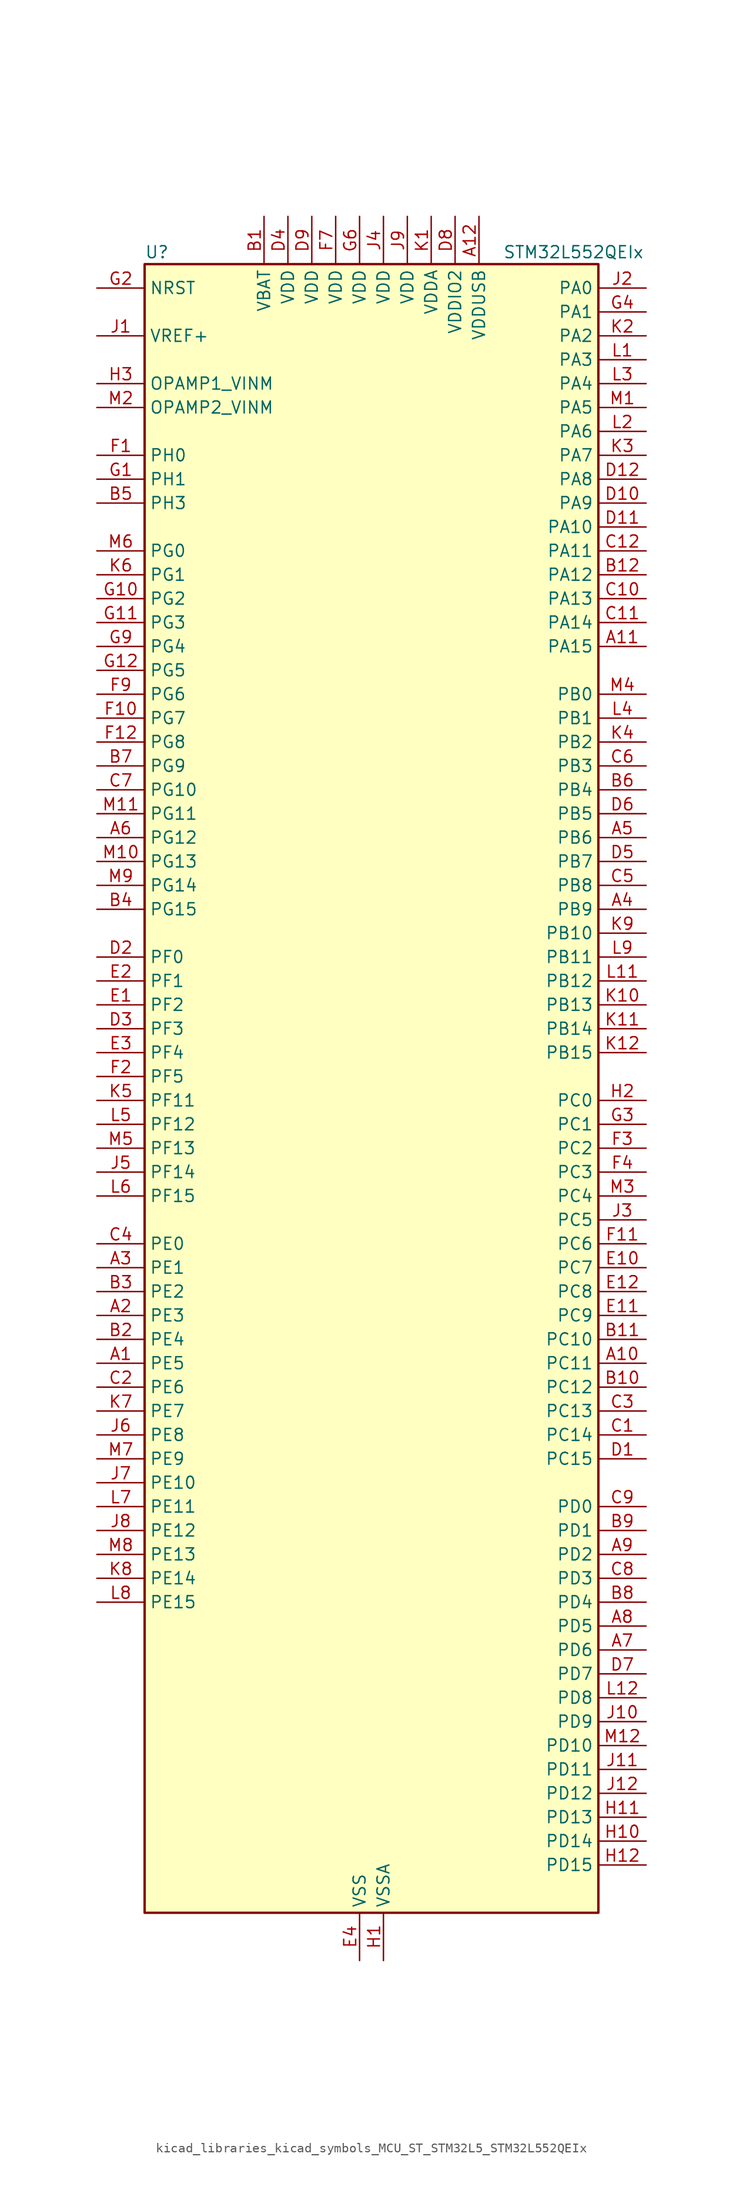
<source format=kicad_sym>
(kicad_symbol_lib
  (version 20220914)
  (generator kicad_symbol_editor)
  (symbol "kicad_libraries_kicad_symbols_MCU_ST_STM32L5_STM32L552QEIx"
    (property "Reference" "U"
      (at -22.86 90.17 0)
      (effects (font (size 1.27 1.27)) (justify left)))
    (property "Value" "STM32L552QEIx"
      (at 15.24 90.17 0)
      (effects (font (size 1.27 1.27)) (justify left)))
    (property "ki_locked" ""
      (at 0 0 0)
      (effects (font (size 1.27 1.27))))
    (symbol "kicad_libraries_kicad_symbols_MCU_ST_STM32L5_STM32L552QEIx_0_1"
      (rectangle (start -22.86 -86.36) (end 25.4 88.9) (stroke (width 0.254) (type default)) (fill (type background))))
    (symbol "kicad_libraries_kicad_symbols_MCU_ST_STM32L5_STM32L552QEIx_1_1"
      (pin bidirectional line (at -27.94 -27.94 0) (length 5.08) (name "PE5" (effects (font (size 1.27 1.27)))) (number "A1" (effects (font (size 1.27 1.27)))) (alternate "DEBUG_TRACED2" bidirectional line) (alternate "DFSDM1_CKIN3" bidirectional line) (alternate "FMC_A21" bidirectional line) (alternate "SAI1_CK2" bidirectional line) (alternate "SAI1_SCK_A" bidirectional line) (alternate "TIM3_CH3" bidirectional line) (alternate "TSC_G7_IO4" bidirectional line))
      (pin bidirectional line (at 30.48 -27.94 180) (length 5.08) (name "PC11" (effects (font (size 1.27 1.27)))) (number "A10" (effects (font (size 1.27 1.27)))) (alternate "ADC1_EXTI11" bidirectional line) (alternate "ADC2_EXTI11" bidirectional line) (alternate "LPTIM3_IN1" bidirectional line) (alternate "OCTOSPI1_NCS" bidirectional line) (alternate "SAI2_MCLK_B" bidirectional line) (alternate "SDMMC1_D3" bidirectional line) (alternate "SPI3_MISO" bidirectional line) (alternate "TSC_G3_IO3" bidirectional line) (alternate "UART4_RX" bidirectional line) (alternate "UCPD1_FRSTX2" bidirectional line) (alternate "USART3_RX" bidirectional line))
      (pin bidirectional line (at 30.48 48.26 180) (length 5.08) (name "PA15" (effects (font (size 1.27 1.27)))) (number "A11" (effects (font (size 1.27 1.27)))) (alternate "ADC1_EXTI15" bidirectional line) (alternate "ADC2_EXTI15" bidirectional line) (alternate "DEBUG_JTDI" bidirectional line) (alternate "SAI2_FS_B" bidirectional line) (alternate "SPI1_NSS" bidirectional line) (alternate "SPI3_NSS" bidirectional line) (alternate "TIM2_CH1" bidirectional line) (alternate "TIM2_ETR" bidirectional line) (alternate "UART4_DE" bidirectional line) (alternate "UART4_RTS" bidirectional line) (alternate "UCPD1_CC1" bidirectional line) (alternate "USART2_RX" bidirectional line) (alternate "USART3_DE" bidirectional line) (alternate "USART3_RTS" bidirectional line))
      (pin power_in line (at 12.7 93.98 270) (length 5.08) (name "VDDUSB" (effects (font (size 1.27 1.27)))) (number "A12" (effects (font (size 1.27 1.27)))))
      (pin bidirectional line (at -27.94 -22.86 0) (length 5.08) (name "PE3" (effects (font (size 1.27 1.27)))) (number "A2" (effects (font (size 1.27 1.27)))) (alternate "DEBUG_TRACED0" bidirectional line) (alternate "FMC_A19" bidirectional line) (alternate "OCTOSPI1_DQS" bidirectional line) (alternate "SAI1_SD_B" bidirectional line) (alternate "TIM3_CH1" bidirectional line) (alternate "TSC_G7_IO2" bidirectional line))
      (pin bidirectional line (at -27.94 -17.78 0) (length 5.08) (name "PE1" (effects (font (size 1.27 1.27)))) (number "A3" (effects (font (size 1.27 1.27)))) (alternate "FMC_NBL1" bidirectional line) (alternate "TIM17_CH1" bidirectional line))
      (pin bidirectional line (at 30.48 20.32 180) (length 5.08) (name "PB9" (effects (font (size 1.27 1.27)))) (number "A4" (effects (font (size 1.27 1.27)))) (alternate "DAC1_EXTI9" bidirectional line) (alternate "FDCAN1_TX" bidirectional line) (alternate "I2C1_SDA" bidirectional line) (alternate "IR_OUT" bidirectional line) (alternate "SAI1_D2" bidirectional line) (alternate "SAI1_FS_A" bidirectional line) (alternate "SDMMC1_CDIR" bidirectional line) (alternate "SDMMC1_D5" bidirectional line) (alternate "SPI2_NSS" bidirectional line) (alternate "TIM17_CH1" bidirectional line) (alternate "TIM4_CH4" bidirectional line))
      (pin bidirectional line (at 30.48 27.94 180) (length 5.08) (name "PB6" (effects (font (size 1.27 1.27)))) (number "A5" (effects (font (size 1.27 1.27)))) (alternate "COMP2_INP" bidirectional line) (alternate "I2C1_SCL" bidirectional line) (alternate "I2C4_SCL" bidirectional line) (alternate "LPTIM1_ETR" bidirectional line) (alternate "SAI1_FS_B" bidirectional line) (alternate "TIM16_CH1N" bidirectional line) (alternate "TIM4_CH1" bidirectional line) (alternate "TIM8_BKIN2" bidirectional line) (alternate "TSC_G2_IO3" bidirectional line) (alternate "USART1_TX" bidirectional line))
      (pin bidirectional line (at -27.94 27.94 0) (length 5.08) (name "PG12" (effects (font (size 1.27 1.27)))) (number "A6" (effects (font (size 1.27 1.27)))) (alternate "FMC_NE4" bidirectional line) (alternate "LPTIM1_ETR" bidirectional line) (alternate "SAI2_SD_A" bidirectional line) (alternate "SPI3_NSS" bidirectional line) (alternate "USART1_DE" bidirectional line) (alternate "USART1_RTS" bidirectional line))
      (pin bidirectional line (at 30.48 -58.42 180) (length 5.08) (name "PD6" (effects (font (size 1.27 1.27)))) (number "A7" (effects (font (size 1.27 1.27)))) (alternate "DFSDM1_DATIN1" bidirectional line) (alternate "FMC_NWAIT" bidirectional line) (alternate "OCTOSPI1_IO6" bidirectional line) (alternate "SAI1_D1" bidirectional line) (alternate "SAI1_SD_A" bidirectional line) (alternate "SPI3_MOSI" bidirectional line) (alternate "USART2_RX" bidirectional line))
      (pin bidirectional line (at 30.48 -55.88 180) (length 5.08) (name "PD5" (effects (font (size 1.27 1.27)))) (number "A8" (effects (font (size 1.27 1.27)))) (alternate "FMC_NWE" bidirectional line) (alternate "OCTOSPI1_IO5" bidirectional line) (alternate "USART2_TX" bidirectional line))
      (pin bidirectional line (at 30.48 -48.26 180) (length 5.08) (name "PD2" (effects (font (size 1.27 1.27)))) (number "A9" (effects (font (size 1.27 1.27)))) (alternate "DEBUG_TRACED2" bidirectional line) (alternate "SDMMC1_CMD" bidirectional line) (alternate "TIM3_ETR" bidirectional line) (alternate "TSC_SYNC" bidirectional line) (alternate "UART5_RX" bidirectional line) (alternate "USART3_DE" bidirectional line) (alternate "USART3_RTS" bidirectional line))
      (pin power_in line (at -10.16 93.98 270) (length 5.08) (name "VBAT" (effects (font (size 1.27 1.27)))) (number "B1" (effects (font (size 1.27 1.27)))))
      (pin bidirectional line (at 30.48 -30.48 180) (length 5.08) (name "PC12" (effects (font (size 1.27 1.27)))) (number "B10" (effects (font (size 1.27 1.27)))) (alternate "DEBUG_TRACED3" bidirectional line) (alternate "SAI2_SD_B" bidirectional line) (alternate "SDMMC1_CK" bidirectional line) (alternate "SPI3_MOSI" bidirectional line) (alternate "TSC_G3_IO4" bidirectional line) (alternate "UART5_TX" bidirectional line) (alternate "USART3_CK" bidirectional line))
      (pin bidirectional line (at 30.48 -25.4 180) (length 5.08) (name "PC10" (effects (font (size 1.27 1.27)))) (number "B11" (effects (font (size 1.27 1.27)))) (alternate "DEBUG_TRACED1" bidirectional line) (alternate "LPTIM3_ETR" bidirectional line) (alternate "SAI2_SCK_B" bidirectional line) (alternate "SDMMC1_D2" bidirectional line) (alternate "SPI3_SCK" bidirectional line) (alternate "TSC_G3_IO2" bidirectional line) (alternate "UART4_TX" bidirectional line) (alternate "USART3_TX" bidirectional line))
      (pin bidirectional line (at 30.48 55.88 180) (length 5.08) (name "PA12" (effects (font (size 1.27 1.27)))) (number "B12" (effects (font (size 1.27 1.27)))) (alternate "FDCAN1_TX" bidirectional line) (alternate "SPI1_MOSI" bidirectional line) (alternate "TIM1_ETR" bidirectional line) (alternate "USART1_DE" bidirectional line) (alternate "USART1_RTS" bidirectional line) (alternate "USB_DP" bidirectional line))
      (pin bidirectional line (at -27.94 -25.4 0) (length 5.08) (name "PE4" (effects (font (size 1.27 1.27)))) (number "B2" (effects (font (size 1.27 1.27)))) (alternate "DEBUG_TRACED1" bidirectional line) (alternate "DFSDM1_DATIN3" bidirectional line) (alternate "FMC_A20" bidirectional line) (alternate "SAI1_D2" bidirectional line) (alternate "SAI1_FS_A" bidirectional line) (alternate "TIM3_CH2" bidirectional line) (alternate "TSC_G7_IO3" bidirectional line))
      (pin bidirectional line (at -27.94 -20.32 0) (length 5.08) (name "PE2" (effects (font (size 1.27 1.27)))) (number "B3" (effects (font (size 1.27 1.27)))) (alternate "DEBUG_TRACECLK" bidirectional line) (alternate "FMC_A23" bidirectional line) (alternate "SAI1_CK1" bidirectional line) (alternate "SAI1_MCLK_A" bidirectional line) (alternate "TIM3_ETR" bidirectional line) (alternate "TSC_G7_IO1" bidirectional line))
      (pin bidirectional line (at -27.94 20.32 0) (length 5.08) (name "PG15" (effects (font (size 1.27 1.27)))) (number "B4" (effects (font (size 1.27 1.27)))) (alternate "ADC1_EXTI15" bidirectional line) (alternate "ADC2_EXTI15" bidirectional line) (alternate "I2C1_SMBA" bidirectional line) (alternate "LPTIM1_OUT" bidirectional line))
      (pin bidirectional line (at -27.94 63.5 0) (length 5.08) (name "PH3" (effects (font (size 1.27 1.27)))) (number "B5" (effects (font (size 1.27 1.27)))))
      (pin bidirectional line (at 30.48 33.02 180) (length 5.08) (name "PB4" (effects (font (size 1.27 1.27)))) (number "B6" (effects (font (size 1.27 1.27)))) (alternate "COMP2_INP" bidirectional line) (alternate "DEBUG_JTRST" bidirectional line) (alternate "I2C3_SDA" bidirectional line) (alternate "SAI1_MCLK_B" bidirectional line) (alternate "SPI1_MISO" bidirectional line) (alternate "SPI3_MISO" bidirectional line) (alternate "TIM17_BKIN" bidirectional line) (alternate "TIM3_CH1" bidirectional line) (alternate "TSC_G2_IO1" bidirectional line) (alternate "UART5_DE" bidirectional line) (alternate "UART5_RTS" bidirectional line) (alternate "USART1_CTS" bidirectional line) (alternate "USART1_NSS" bidirectional line))
      (pin bidirectional line (at -27.94 35.56 0) (length 5.08) (name "PG9" (effects (font (size 1.27 1.27)))) (number "B7" (effects (font (size 1.27 1.27)))) (alternate "DAC1_EXTI9" bidirectional line) (alternate "FMC_NCE" bidirectional line) (alternate "FMC_NE2" bidirectional line) (alternate "SAI2_SCK_A" bidirectional line) (alternate "SPI3_SCK" bidirectional line) (alternate "TIM15_CH1N" bidirectional line) (alternate "USART1_TX" bidirectional line))
      (pin bidirectional line (at 30.48 -53.34 180) (length 5.08) (name "PD4" (effects (font (size 1.27 1.27)))) (number "B8" (effects (font (size 1.27 1.27)))) (alternate "DFSDM1_CKIN0" bidirectional line) (alternate "FMC_NOE" bidirectional line) (alternate "OCTOSPI1_IO4" bidirectional line) (alternate "SPI2_MOSI" bidirectional line) (alternate "USART2_DE" bidirectional line) (alternate "USART2_RTS" bidirectional line))
      (pin bidirectional line (at 30.48 -45.72 180) (length 5.08) (name "PD1" (effects (font (size 1.27 1.27)))) (number "B9" (effects (font (size 1.27 1.27)))) (alternate "FDCAN1_TX" bidirectional line) (alternate "FMC_D3" bidirectional line) (alternate "FMC_DA3" bidirectional line) (alternate "SPI2_SCK" bidirectional line))
      (pin bidirectional line (at 30.48 -35.56 180) (length 5.08) (name "PC14" (effects (font (size 1.27 1.27)))) (number "C1" (effects (font (size 1.27 1.27)))) (alternate "RCC_OSC32_IN" bidirectional line))
      (pin bidirectional line (at 30.48 53.34 180) (length 5.08) (name "PA13" (effects (font (size 1.27 1.27)))) (number "C10" (effects (font (size 1.27 1.27)))) (alternate "DEBUG_JTMS-SWDIO" bidirectional line) (alternate "IR_OUT" bidirectional line) (alternate "SAI1_SD_B" bidirectional line) (alternate "USB_NOE" bidirectional line))
      (pin bidirectional line (at 30.48 50.8 180) (length 5.08) (name "PA14" (effects (font (size 1.27 1.27)))) (number "C11" (effects (font (size 1.27 1.27)))) (alternate "DEBUG_JTCK-SWCLK" bidirectional line) (alternate "I2C1_SMBA" bidirectional line) (alternate "I2C4_SMBA" bidirectional line) (alternate "LPTIM1_OUT" bidirectional line) (alternate "SAI1_FS_B" bidirectional line))
      (pin bidirectional line (at 30.48 58.42 180) (length 5.08) (name "PA11" (effects (font (size 1.27 1.27)))) (number "C12" (effects (font (size 1.27 1.27)))) (alternate "ADC1_EXTI11" bidirectional line) (alternate "ADC2_EXTI11" bidirectional line) (alternate "FDCAN1_RX" bidirectional line) (alternate "SPI1_MISO" bidirectional line) (alternate "TIM1_BKIN2" bidirectional line) (alternate "TIM1_CH4" bidirectional line) (alternate "USART1_CTS" bidirectional line) (alternate "USART1_NSS" bidirectional line) (alternate "USB_DM" bidirectional line))
      (pin bidirectional line (at -27.94 -30.48 0) (length 5.08) (name "PE6" (effects (font (size 1.27 1.27)))) (number "C2" (effects (font (size 1.27 1.27)))) (alternate "DEBUG_TRACED3" bidirectional line) (alternate "FMC_A22" bidirectional line) (alternate "PWR_WKUP3" bidirectional line) (alternate "SAI1_D1" bidirectional line) (alternate "SAI1_SD_A" bidirectional line) (alternate "TAMP_IN3" bidirectional line) (alternate "TAMP_OUT6" bidirectional line) (alternate "TIM3_CH4" bidirectional line))
      (pin bidirectional line (at 30.48 -33.02 180) (length 5.08) (name "PC13" (effects (font (size 1.27 1.27)))) (number "C3" (effects (font (size 1.27 1.27)))) (alternate "PWR_WKUP2" bidirectional line) (alternate "RTC_OUT1" bidirectional line) (alternate "RTC_TS" bidirectional line) (alternate "TAMP_IN1" bidirectional line) (alternate "TAMP_OUT2" bidirectional line))
      (pin bidirectional line (at -27.94 -15.24 0) (length 5.08) (name "PE0" (effects (font (size 1.27 1.27)))) (number "C4" (effects (font (size 1.27 1.27)))) (alternate "FMC_NBL0" bidirectional line) (alternate "TIM16_CH1" bidirectional line) (alternate "TIM4_ETR" bidirectional line))
      (pin bidirectional line (at 30.48 22.86 180) (length 5.08) (name "PB8" (effects (font (size 1.27 1.27)))) (number "C5" (effects (font (size 1.27 1.27)))) (alternate "DFSDM1_CKOUT" bidirectional line) (alternate "FDCAN1_RX" bidirectional line) (alternate "I2C1_SCL" bidirectional line) (alternate "SAI1_CK1" bidirectional line) (alternate "SAI1_MCLK_A" bidirectional line) (alternate "SDMMC1_CKIN" bidirectional line) (alternate "SDMMC1_D4" bidirectional line) (alternate "TIM16_CH1" bidirectional line) (alternate "TIM4_CH3" bidirectional line))
      (pin bidirectional line (at 30.48 35.56 180) (length 5.08) (name "PB3" (effects (font (size 1.27 1.27)))) (number "C6" (effects (font (size 1.27 1.27)))) (alternate "COMP2_INM" bidirectional line) (alternate "CRS_SYNC" bidirectional line) (alternate "DEBUG_JTDO-SWO" bidirectional line) (alternate "SAI1_SCK_B" bidirectional line) (alternate "SPI1_SCK" bidirectional line) (alternate "SPI3_SCK" bidirectional line) (alternate "TIM2_CH2" bidirectional line) (alternate "USART1_DE" bidirectional line) (alternate "USART1_RTS" bidirectional line))
      (pin bidirectional line (at -27.94 33.02 0) (length 5.08) (name "PG10" (effects (font (size 1.27 1.27)))) (number "C7" (effects (font (size 1.27 1.27)))) (alternate "FMC_NE3" bidirectional line) (alternate "LPTIM1_IN1" bidirectional line) (alternate "SAI2_FS_A" bidirectional line) (alternate "SPI3_MISO" bidirectional line) (alternate "TIM15_CH1" bidirectional line) (alternate "USART1_RX" bidirectional line))
      (pin bidirectional line (at 30.48 -50.8 180) (length 5.08) (name "PD3" (effects (font (size 1.27 1.27)))) (number "C8" (effects (font (size 1.27 1.27)))) (alternate "DFSDM1_DATIN0" bidirectional line) (alternate "FMC_CLK" bidirectional line) (alternate "SPI2_MISO" bidirectional line) (alternate "SPI2_SCK" bidirectional line) (alternate "USART2_CTS" bidirectional line) (alternate "USART2_NSS" bidirectional line))
      (pin bidirectional line (at 30.48 -43.18 180) (length 5.08) (name "PD0" (effects (font (size 1.27 1.27)))) (number "C9" (effects (font (size 1.27 1.27)))) (alternate "FDCAN1_RX" bidirectional line) (alternate "FMC_D2" bidirectional line) (alternate "FMC_DA2" bidirectional line) (alternate "SPI2_NSS" bidirectional line))
      (pin bidirectional line (at 30.48 -38.1 180) (length 5.08) (name "PC15" (effects (font (size 1.27 1.27)))) (number "D1" (effects (font (size 1.27 1.27)))) (alternate "ADC1_EXTI15" bidirectional line) (alternate "ADC2_EXTI15" bidirectional line) (alternate "RCC_OSC32_OUT" bidirectional line))
      (pin bidirectional line (at 30.48 63.5 180) (length 5.08) (name "PA9" (effects (font (size 1.27 1.27)))) (number "D10" (effects (font (size 1.27 1.27)))) (alternate "DAC1_EXTI9" bidirectional line) (alternate "SAI1_FS_A" bidirectional line) (alternate "SPI2_SCK" bidirectional line) (alternate "TIM15_BKIN" bidirectional line) (alternate "TIM1_CH2" bidirectional line) (alternate "USART1_TX" bidirectional line))
      (pin bidirectional line (at 30.48 60.96 180) (length 5.08) (name "PA10" (effects (font (size 1.27 1.27)))) (number "D11" (effects (font (size 1.27 1.27)))) (alternate "CRS_SYNC" bidirectional line) (alternate "SAI1_D1" bidirectional line) (alternate "SAI1_SD_A" bidirectional line) (alternate "TIM17_BKIN" bidirectional line) (alternate "TIM1_CH3" bidirectional line) (alternate "USART1_RX" bidirectional line))
      (pin bidirectional line (at 30.48 66.04 180) (length 5.08) (name "PA8" (effects (font (size 1.27 1.27)))) (number "D12" (effects (font (size 1.27 1.27)))) (alternate "LPTIM2_OUT" bidirectional line) (alternate "RCC_MCO" bidirectional line) (alternate "SAI1_CK2" bidirectional line) (alternate "SAI1_SCK_A" bidirectional line) (alternate "TIM1_CH1" bidirectional line) (alternate "USART1_CK" bidirectional line))
      (pin bidirectional line (at -27.94 15.24 0) (length 5.08) (name "PF0" (effects (font (size 1.27 1.27)))) (number "D2" (effects (font (size 1.27 1.27)))) (alternate "FMC_A0" bidirectional line) (alternate "I2C2_SDA" bidirectional line))
      (pin bidirectional line (at -27.94 7.62 0) (length 5.08) (name "PF3" (effects (font (size 1.27 1.27)))) (number "D3" (effects (font (size 1.27 1.27)))) (alternate "FMC_A3" bidirectional line) (alternate "LPTIM3_IN1" bidirectional line))
      (pin power_in line (at -7.62 93.98 270) (length 5.08) (name "VDD" (effects (font (size 1.27 1.27)))) (number "D4" (effects (font (size 1.27 1.27)))))
      (pin bidirectional line (at 30.48 25.4 180) (length 5.08) (name "PB7" (effects (font (size 1.27 1.27)))) (number "D5" (effects (font (size 1.27 1.27)))) (alternate "COMP2_INM" bidirectional line) (alternate "FMC_NL" bidirectional line) (alternate "I2C1_SDA" bidirectional line) (alternate "I2C4_SDA" bidirectional line) (alternate "LPTIM1_IN2" bidirectional line) (alternate "PWR_PVD_IN" bidirectional line) (alternate "TIM17_CH1N" bidirectional line) (alternate "TIM4_CH2" bidirectional line) (alternate "TIM8_BKIN" bidirectional line) (alternate "TSC_G2_IO4" bidirectional line) (alternate "UART4_CTS" bidirectional line) (alternate "USART1_RX" bidirectional line))
      (pin bidirectional line (at 30.48 30.48 180) (length 5.08) (name "PB5" (effects (font (size 1.27 1.27)))) (number "D6" (effects (font (size 1.27 1.27)))) (alternate "COMP2_OUT" bidirectional line) (alternate "I2C1_SMBA" bidirectional line) (alternate "LPTIM1_IN1" bidirectional line) (alternate "OCTOSPI1_NCLK" bidirectional line) (alternate "SAI1_SD_B" bidirectional line) (alternate "SPI1_MOSI" bidirectional line) (alternate "SPI3_MOSI" bidirectional line) (alternate "TIM16_BKIN" bidirectional line) (alternate "TIM3_CH2" bidirectional line) (alternate "TSC_G2_IO2" bidirectional line) (alternate "UART5_CTS" bidirectional line) (alternate "UCPD1_DBCC1" bidirectional line) (alternate "USART1_CK" bidirectional line))
      (pin bidirectional line (at 30.48 -60.96 180) (length 5.08) (name "PD7" (effects (font (size 1.27 1.27)))) (number "D7" (effects (font (size 1.27 1.27)))) (alternate "DFSDM1_CKIN1" bidirectional line) (alternate "FMC_NCE" bidirectional line) (alternate "FMC_NE1" bidirectional line) (alternate "OCTOSPI1_IO7" bidirectional line) (alternate "USART2_CK" bidirectional line))
      (pin power_in line (at 10.16 93.98 270) (length 5.08) (name "VDDIO2" (effects (font (size 1.27 1.27)))) (number "D8" (effects (font (size 1.27 1.27)))))
      (pin power_in line (at -5.08 93.98 270) (length 5.08) (name "VDD" (effects (font (size 1.27 1.27)))) (number "D9" (effects (font (size 1.27 1.27)))))
      (pin bidirectional line (at -27.94 10.16 0) (length 5.08) (name "PF2" (effects (font (size 1.27 1.27)))) (number "E1" (effects (font (size 1.27 1.27)))) (alternate "FMC_A2" bidirectional line) (alternate "I2C2_SMBA" bidirectional line))
      (pin bidirectional line (at 30.48 -17.78 180) (length 5.08) (name "PC7" (effects (font (size 1.27 1.27)))) (number "E10" (effects (font (size 1.27 1.27)))) (alternate "DFSDM1_DATIN3" bidirectional line) (alternate "SAI2_MCLK_B" bidirectional line) (alternate "SDMMC1_D123DIR" bidirectional line) (alternate "SDMMC1_D7" bidirectional line) (alternate "TIM3_CH2" bidirectional line) (alternate "TIM8_CH2" bidirectional line) (alternate "TSC_G4_IO2" bidirectional line))
      (pin bidirectional line (at 30.48 -22.86 180) (length 5.08) (name "PC9" (effects (font (size 1.27 1.27)))) (number "E11" (effects (font (size 1.27 1.27)))) (alternate "DAC1_EXTI9" bidirectional line) (alternate "DEBUG_TRACED0" bidirectional line) (alternate "SAI2_EXTCLK" bidirectional line) (alternate "SDMMC1_D1" bidirectional line) (alternate "TIM3_CH4" bidirectional line) (alternate "TIM8_BKIN2" bidirectional line) (alternate "TIM8_CH4" bidirectional line) (alternate "TSC_G4_IO4" bidirectional line) (alternate "USB_NOE" bidirectional line))
      (pin bidirectional line (at 30.48 -20.32 180) (length 5.08) (name "PC8" (effects (font (size 1.27 1.27)))) (number "E12" (effects (font (size 1.27 1.27)))) (alternate "SDMMC1_D0" bidirectional line) (alternate "TIM3_CH3" bidirectional line) (alternate "TIM8_CH3" bidirectional line) (alternate "TSC_G4_IO3" bidirectional line))
      (pin bidirectional line (at -27.94 12.7 0) (length 5.08) (name "PF1" (effects (font (size 1.27 1.27)))) (number "E2" (effects (font (size 1.27 1.27)))) (alternate "FMC_A1" bidirectional line) (alternate "I2C2_SCL" bidirectional line))
      (pin bidirectional line (at -27.94 5.08 0) (length 5.08) (name "PF4" (effects (font (size 1.27 1.27)))) (number "E3" (effects (font (size 1.27 1.27)))) (alternate "FMC_A4" bidirectional line) (alternate "LPTIM3_ETR" bidirectional line))
      (pin power_in line (at 0 -91.44 90) (length 5.08) (name "VSS" (effects (font (size 1.27 1.27)))) (number "E4" (effects (font (size 1.27 1.27)))))
      (pin passive line (at 0 -91.44 90) (length 5.08) hide (name "VSS" (effects (font (size 1.27 1.27)))) (number "E9" (effects (font (size 1.27 1.27)))))
      (pin bidirectional line (at -27.94 68.58 0) (length 5.08) (name "PH0" (effects (font (size 1.27 1.27)))) (number "F1" (effects (font (size 1.27 1.27)))) (alternate "RCC_OSC_IN" bidirectional line))
      (pin bidirectional line (at -27.94 40.64 0) (length 5.08) (name "PG7" (effects (font (size 1.27 1.27)))) (number "F10" (effects (font (size 1.27 1.27)))) (alternate "DFSDM1_CKOUT" bidirectional line) (alternate "FMC_INT" bidirectional line) (alternate "I2C3_SCL" bidirectional line) (alternate "LPUART1_TX" bidirectional line) (alternate "SAI1_CK1" bidirectional line) (alternate "SAI1_MCLK_A" bidirectional line) (alternate "UCPD1_FRSTX2" bidirectional line))
      (pin bidirectional line (at 30.48 -15.24 180) (length 5.08) (name "PC6" (effects (font (size 1.27 1.27)))) (number "F11" (effects (font (size 1.27 1.27)))) (alternate "DFSDM1_CKIN3" bidirectional line) (alternate "SAI2_MCLK_A" bidirectional line) (alternate "SDMMC1_D0DIR" bidirectional line) (alternate "SDMMC1_D6" bidirectional line) (alternate "TIM3_CH1" bidirectional line) (alternate "TIM8_CH1" bidirectional line) (alternate "TSC_G4_IO1" bidirectional line))
      (pin bidirectional line (at -27.94 38.1 0) (length 5.08) (name "PG8" (effects (font (size 1.27 1.27)))) (number "F12" (effects (font (size 1.27 1.27)))) (alternate "I2C3_SDA" bidirectional line) (alternate "LPUART1_RX" bidirectional line))
      (pin bidirectional line (at -27.94 2.54 0) (length 5.08) (name "PF5" (effects (font (size 1.27 1.27)))) (number "F2" (effects (font (size 1.27 1.27)))) (alternate "FMC_A5" bidirectional line) (alternate "LPTIM3_OUT" bidirectional line))
      (pin bidirectional line (at 30.48 -5.08 180) (length 5.08) (name "PC2" (effects (font (size 1.27 1.27)))) (number "F3" (effects (font (size 1.27 1.27)))) (alternate "ADC1_IN3" bidirectional line) (alternate "ADC2_IN3" bidirectional line) (alternate "DFSDM1_CKOUT" bidirectional line) (alternate "LPTIM1_IN2" bidirectional line) (alternate "OCTOSPI1_IO5" bidirectional line) (alternate "SPI2_MISO" bidirectional line))
      (pin bidirectional line (at 30.48 -7.62 180) (length 5.08) (name "PC3" (effects (font (size 1.27 1.27)))) (number "F4" (effects (font (size 1.27 1.27)))) (alternate "ADC1_IN4" bidirectional line) (alternate "ADC2_IN4" bidirectional line) (alternate "LPTIM1_ETR" bidirectional line) (alternate "LPTIM2_ETR" bidirectional line) (alternate "LPTIM3_OUT" bidirectional line) (alternate "OCTOSPI1_IO6" bidirectional line) (alternate "SAI1_D1" bidirectional line) (alternate "SAI1_SD_A" bidirectional line) (alternate "SPI2_MOSI" bidirectional line))
      (pin passive line (at 0 -91.44 90) (length 5.08) hide (name "VSS" (effects (font (size 1.27 1.27)))) (number "F6" (effects (font (size 1.27 1.27)))))
      (pin power_in line (at -2.54 93.98 270) (length 5.08) (name "VDD" (effects (font (size 1.27 1.27)))) (number "F7" (effects (font (size 1.27 1.27)))))
      (pin bidirectional line (at -27.94 43.18 0) (length 5.08) (name "PG6" (effects (font (size 1.27 1.27)))) (number "F9" (effects (font (size 1.27 1.27)))) (alternate "I2C3_SMBA" bidirectional line) (alternate "LPUART1_DE" bidirectional line) (alternate "LPUART1_RTS" bidirectional line) (alternate "OCTOSPI1_DQS" bidirectional line) (alternate "UCPD1_FRSTX1" bidirectional line))
      (pin bidirectional line (at -27.94 66.04 0) (length 5.08) (name "PH1" (effects (font (size 1.27 1.27)))) (number "G1" (effects (font (size 1.27 1.27)))) (alternate "RCC_OSC_OUT" bidirectional line))
      (pin bidirectional line (at -27.94 53.34 0) (length 5.08) (name "PG2" (effects (font (size 1.27 1.27)))) (number "G10" (effects (font (size 1.27 1.27)))) (alternate "FMC_A12" bidirectional line) (alternate "SAI2_SCK_B" bidirectional line) (alternate "SPI1_SCK" bidirectional line))
      (pin bidirectional line (at -27.94 50.8 0) (length 5.08) (name "PG3" (effects (font (size 1.27 1.27)))) (number "G11" (effects (font (size 1.27 1.27)))) (alternate "FMC_A13" bidirectional line) (alternate "SAI2_FS_B" bidirectional line) (alternate "SPI1_MISO" bidirectional line))
      (pin bidirectional line (at -27.94 45.72 0) (length 5.08) (name "PG5" (effects (font (size 1.27 1.27)))) (number "G12" (effects (font (size 1.27 1.27)))) (alternate "FMC_A15" bidirectional line) (alternate "LPUART1_CTS" bidirectional line) (alternate "SAI2_SD_B" bidirectional line) (alternate "SPI1_NSS" bidirectional line))
      (pin input line (at -27.94 86.36 0) (length 5.08) (name "NRST" (effects (font (size 1.27 1.27)))) (number "G2" (effects (font (size 1.27 1.27)))))
      (pin bidirectional line (at 30.48 -2.54 180) (length 5.08) (name "PC1" (effects (font (size 1.27 1.27)))) (number "G3" (effects (font (size 1.27 1.27)))) (alternate "ADC1_IN2" bidirectional line) (alternate "ADC2_IN2" bidirectional line) (alternate "DEBUG_TRACED0" bidirectional line) (alternate "I2C3_SDA" bidirectional line) (alternate "LPTIM1_OUT" bidirectional line) (alternate "LPUART1_TX" bidirectional line) (alternate "OCTOSPI1_IO4" bidirectional line) (alternate "SAI1_SD_A" bidirectional line) (alternate "SPI2_MOSI" bidirectional line))
      (pin bidirectional line (at 30.48 83.82 180) (length 5.08) (name "PA1" (effects (font (size 1.27 1.27)))) (number "G4" (effects (font (size 1.27 1.27)))) (alternate "ADC1_IN6" bidirectional line) (alternate "ADC2_IN6" bidirectional line) (alternate "I2C1_SMBA" bidirectional line) (alternate "OCTOSPI1_DQS" bidirectional line) (alternate "OPAMP1_VINM" bidirectional line) (alternate "SPI1_SCK" bidirectional line) (alternate "TAMP_IN5" bidirectional line) (alternate "TAMP_OUT4" bidirectional line) (alternate "TIM15_CH1N" bidirectional line) (alternate "TIM2_CH2" bidirectional line) (alternate "TIM5_CH2" bidirectional line) (alternate "UART4_RX" bidirectional line) (alternate "USART2_DE" bidirectional line) (alternate "USART2_RTS" bidirectional line))
      (pin power_in line (at 0 93.98 270) (length 5.08) (name "VDD" (effects (font (size 1.27 1.27)))) (number "G6" (effects (font (size 1.27 1.27)))))
      (pin passive line (at 0 -91.44 90) (length 5.08) hide (name "VSS" (effects (font (size 1.27 1.27)))) (number "G7" (effects (font (size 1.27 1.27)))))
      (pin bidirectional line (at -27.94 48.26 0) (length 5.08) (name "PG4" (effects (font (size 1.27 1.27)))) (number "G9" (effects (font (size 1.27 1.27)))) (alternate "FMC_A14" bidirectional line) (alternate "SAI2_MCLK_B" bidirectional line) (alternate "SPI1_MOSI" bidirectional line))
      (pin power_in line (at 2.54 -91.44 90) (length 5.08) (name "VSSA" (effects (font (size 1.27 1.27)))) (number "H1" (effects (font (size 1.27 1.27)))))
      (pin bidirectional line (at 30.48 -78.74 180) (length 5.08) (name "PD14" (effects (font (size 1.27 1.27)))) (number "H10" (effects (font (size 1.27 1.27)))) (alternate "FMC_D0" bidirectional line) (alternate "FMC_DA0" bidirectional line) (alternate "TIM4_CH3" bidirectional line))
      (pin bidirectional line (at 30.48 -76.2 180) (length 5.08) (name "PD13" (effects (font (size 1.27 1.27)))) (number "H11" (effects (font (size 1.27 1.27)))) (alternate "FMC_A18" bidirectional line) (alternate "I2C4_SDA" bidirectional line) (alternate "LPTIM2_OUT" bidirectional line) (alternate "TIM4_CH2" bidirectional line) (alternate "TSC_G6_IO4" bidirectional line))
      (pin bidirectional line (at 30.48 -81.28 180) (length 5.08) (name "PD15" (effects (font (size 1.27 1.27)))) (number "H12" (effects (font (size 1.27 1.27)))) (alternate "ADC1_EXTI15" bidirectional line) (alternate "ADC2_EXTI15" bidirectional line) (alternate "FMC_D1" bidirectional line) (alternate "FMC_DA1" bidirectional line) (alternate "TIM4_CH4" bidirectional line))
      (pin bidirectional line (at 30.48 0 180) (length 5.08) (name "PC0" (effects (font (size 1.27 1.27)))) (number "H2" (effects (font (size 1.27 1.27)))) (alternate "ADC1_IN1" bidirectional line) (alternate "ADC2_IN1" bidirectional line) (alternate "I2C3_SCL" bidirectional line) (alternate "LPTIM1_IN1" bidirectional line) (alternate "LPTIM2_IN1" bidirectional line) (alternate "LPUART1_RX" bidirectional line) (alternate "OCTOSPI1_IO7" bidirectional line) (alternate "SAI2_FS_A" bidirectional line) (alternate "SDMMC1_D5" bidirectional line))
      (pin bidirectional line (at -27.94 76.2 0) (length 5.08) (name "OPAMP1_VINM" (effects (font (size 1.27 1.27)))) (number "H3" (effects (font (size 1.27 1.27)))) (alternate "OPAMP1_VINM" bidirectional line))
      (pin passive line (at 0 -91.44 90) (length 5.08) hide (name "VSS" (effects (font (size 1.27 1.27)))) (number "H4" (effects (font (size 1.27 1.27)))))
      (pin passive line (at 0 -91.44 90) (length 5.08) hide (name "VSS" (effects (font (size 1.27 1.27)))) (number "H9" (effects (font (size 1.27 1.27)))))
      (pin input line (at -27.94 81.28 0) (length 5.08) (name "VREF+" (effects (font (size 1.27 1.27)))) (number "J1" (effects (font (size 1.27 1.27)))))
      (pin bidirectional line (at 30.48 -66.04 180) (length 5.08) (name "PD9" (effects (font (size 1.27 1.27)))) (number "J10" (effects (font (size 1.27 1.27)))) (alternate "DAC1_EXTI9" bidirectional line) (alternate "FMC_D14" bidirectional line) (alternate "FMC_DA14" bidirectional line) (alternate "SAI2_MCLK_A" bidirectional line) (alternate "USART3_RX" bidirectional line))
      (pin bidirectional line (at 30.48 -71.12 180) (length 5.08) (name "PD11" (effects (font (size 1.27 1.27)))) (number "J11" (effects (font (size 1.27 1.27)))) (alternate "ADC1_EXTI11" bidirectional line) (alternate "ADC2_EXTI11" bidirectional line) (alternate "FMC_A16" bidirectional line) (alternate "FMC_CLE" bidirectional line) (alternate "I2C4_SMBA" bidirectional line) (alternate "LPTIM2_ETR" bidirectional line) (alternate "SAI2_SD_A" bidirectional line) (alternate "TSC_G6_IO2" bidirectional line) (alternate "USART3_CTS" bidirectional line) (alternate "USART3_NSS" bidirectional line))
      (pin bidirectional line (at 30.48 -73.66 180) (length 5.08) (name "PD12" (effects (font (size 1.27 1.27)))) (number "J12" (effects (font (size 1.27 1.27)))) (alternate "FMC_A17" bidirectional line) (alternate "FMC_ALE" bidirectional line) (alternate "I2C4_SCL" bidirectional line) (alternate "LPTIM2_IN1" bidirectional line) (alternate "SAI2_FS_A" bidirectional line) (alternate "TIM4_CH1" bidirectional line) (alternate "TSC_G6_IO3" bidirectional line) (alternate "USART3_DE" bidirectional line) (alternate "USART3_RTS" bidirectional line))
      (pin bidirectional line (at 30.48 86.36 180) (length 5.08) (name "PA0" (effects (font (size 1.27 1.27)))) (number "J2" (effects (font (size 1.27 1.27)))) (alternate "ADC1_IN5" bidirectional line) (alternate "ADC2_IN5" bidirectional line) (alternate "OPAMP1_VINP" bidirectional line) (alternate "PWR_WKUP1" bidirectional line) (alternate "SAI1_EXTCLK" bidirectional line) (alternate "TAMP_IN2" bidirectional line) (alternate "TAMP_OUT1" bidirectional line) (alternate "TIM2_CH1" bidirectional line) (alternate "TIM2_ETR" bidirectional line) (alternate "TIM5_CH1" bidirectional line) (alternate "TIM8_ETR" bidirectional line) (alternate "UART4_TX" bidirectional line) (alternate "USART2_CTS" bidirectional line) (alternate "USART2_NSS" bidirectional line))
      (pin bidirectional line (at 30.48 -12.7 180) (length 5.08) (name "PC5" (effects (font (size 1.27 1.27)))) (number "J3" (effects (font (size 1.27 1.27)))) (alternate "ADC1_IN14" bidirectional line) (alternate "ADC2_IN14" bidirectional line) (alternate "COMP1_INP" bidirectional line) (alternate "PWR_WKUP5" bidirectional line) (alternate "SAI1_D3" bidirectional line) (alternate "TAMP_IN4" bidirectional line) (alternate "TAMP_OUT5" bidirectional line) (alternate "USART3_RX" bidirectional line))
      (pin power_in line (at 2.54 93.98 270) (length 5.08) (name "VDD" (effects (font (size 1.27 1.27)))) (number "J4" (effects (font (size 1.27 1.27)))))
      (pin bidirectional line (at -27.94 -7.62 0) (length 5.08) (name "PF14" (effects (font (size 1.27 1.27)))) (number "J5" (effects (font (size 1.27 1.27)))) (alternate "FMC_A8" bidirectional line) (alternate "I2C4_SCL" bidirectional line) (alternate "TSC_G8_IO1" bidirectional line))
      (pin bidirectional line (at -27.94 -35.56 0) (length 5.08) (name "PE8" (effects (font (size 1.27 1.27)))) (number "J6" (effects (font (size 1.27 1.27)))) (alternate "DFSDM1_CKIN2" bidirectional line) (alternate "FMC_D5" bidirectional line) (alternate "FMC_DA5" bidirectional line) (alternate "SAI1_SCK_B" bidirectional line) (alternate "TIM1_CH1N" bidirectional line))
      (pin bidirectional line (at -27.94 -40.64 0) (length 5.08) (name "PE10" (effects (font (size 1.27 1.27)))) (number "J7" (effects (font (size 1.27 1.27)))) (alternate "FMC_D7" bidirectional line) (alternate "FMC_DA7" bidirectional line) (alternate "OCTOSPI1_CLK" bidirectional line) (alternate "SAI1_MCLK_B" bidirectional line) (alternate "TIM1_CH2N" bidirectional line) (alternate "TSC_G5_IO1" bidirectional line))
      (pin bidirectional line (at -27.94 -45.72 0) (length 5.08) (name "PE12" (effects (font (size 1.27 1.27)))) (number "J8" (effects (font (size 1.27 1.27)))) (alternate "FMC_D9" bidirectional line) (alternate "FMC_DA9" bidirectional line) (alternate "OCTOSPI1_IO0" bidirectional line) (alternate "SPI1_NSS" bidirectional line) (alternate "TIM1_CH3N" bidirectional line) (alternate "TSC_G5_IO3" bidirectional line))
      (pin power_in line (at 5.08 93.98 270) (length 5.08) (name "VDD" (effects (font (size 1.27 1.27)))) (number "J9" (effects (font (size 1.27 1.27)))))
      (pin power_in line (at 7.62 93.98 270) (length 5.08) (name "VDDA" (effects (font (size 1.27 1.27)))) (number "K1" (effects (font (size 1.27 1.27)))))
      (pin bidirectional line (at 30.48 10.16 180) (length 5.08) (name "PB13" (effects (font (size 1.27 1.27)))) (number "K10" (effects (font (size 1.27 1.27)))) (alternate "DFSDM1_CKIN1" bidirectional line) (alternate "I2C2_SCL" bidirectional line) (alternate "LPTIM3_IN1" bidirectional line) (alternate "LPUART1_CTS" bidirectional line) (alternate "SAI2_SCK_A" bidirectional line) (alternate "SPI2_SCK" bidirectional line) (alternate "TIM15_CH1N" bidirectional line) (alternate "TIM1_CH1N" bidirectional line) (alternate "TSC_G1_IO2" bidirectional line) (alternate "UCPD1_FRSTX2" bidirectional line) (alternate "USART3_CTS" bidirectional line) (alternate "USART3_NSS" bidirectional line))
      (pin bidirectional line (at 30.48 7.62 180) (length 5.08) (name "PB14" (effects (font (size 1.27 1.27)))) (number "K11" (effects (font (size 1.27 1.27)))) (alternate "DFSDM1_DATIN2" bidirectional line) (alternate "I2C2_SDA" bidirectional line) (alternate "LPTIM3_ETR" bidirectional line) (alternate "SAI2_MCLK_A" bidirectional line) (alternate "SPI2_MISO" bidirectional line) (alternate "TIM15_CH1" bidirectional line) (alternate "TIM1_CH2N" bidirectional line) (alternate "TIM8_CH2N" bidirectional line) (alternate "TSC_G1_IO3" bidirectional line) (alternate "UCPD1_DBCC2" bidirectional line) (alternate "USART3_DE" bidirectional line) (alternate "USART3_RTS" bidirectional line))
      (pin bidirectional line (at 30.48 5.08 180) (length 5.08) (name "PB15" (effects (font (size 1.27 1.27)))) (number "K12" (effects (font (size 1.27 1.27)))) (alternate "ADC1_EXTI15" bidirectional line) (alternate "ADC2_EXTI15" bidirectional line) (alternate "DFSDM1_CKIN2" bidirectional line) (alternate "RTC_REFIN" bidirectional line) (alternate "SAI2_SD_A" bidirectional line) (alternate "SPI2_MOSI" bidirectional line) (alternate "TIM15_CH2" bidirectional line) (alternate "TIM1_CH3N" bidirectional line) (alternate "TIM8_CH3N" bidirectional line) (alternate "UCPD1_CC2" bidirectional line))
      (pin bidirectional line (at 30.48 81.28 180) (length 5.08) (name "PA2" (effects (font (size 1.27 1.27)))) (number "K2" (effects (font (size 1.27 1.27)))) (alternate "ADC1_IN7" bidirectional line) (alternate "ADC2_IN7" bidirectional line) (alternate "COMP1_INP" bidirectional line) (alternate "LPUART1_TX" bidirectional line) (alternate "OCTOSPI1_NCS" bidirectional line) (alternate "PWR_WKUP4" bidirectional line) (alternate "RCC_LSCO" bidirectional line) (alternate "SAI2_EXTCLK" bidirectional line) (alternate "TIM15_CH1" bidirectional line) (alternate "TIM2_CH3" bidirectional line) (alternate "TIM5_CH3" bidirectional line) (alternate "UCPD1_FRSTX1" bidirectional line) (alternate "USART2_TX" bidirectional line))
      (pin bidirectional line (at 30.48 68.58 180) (length 5.08) (name "PA7" (effects (font (size 1.27 1.27)))) (number "K3" (effects (font (size 1.27 1.27)))) (alternate "ADC1_IN12" bidirectional line) (alternate "ADC2_IN12" bidirectional line) (alternate "I2C3_SCL" bidirectional line) (alternate "OCTOSPI1_IO2" bidirectional line) (alternate "OPAMP2_VINM" bidirectional line) (alternate "SPI1_MOSI" bidirectional line) (alternate "TIM17_CH1" bidirectional line) (alternate "TIM1_CH1N" bidirectional line) (alternate "TIM3_CH2" bidirectional line) (alternate "TIM8_CH1N" bidirectional line))
      (pin bidirectional line (at 30.48 38.1 180) (length 5.08) (name "PB2" (effects (font (size 1.27 1.27)))) (number "K4" (effects (font (size 1.27 1.27)))) (alternate "COMP1_INP" bidirectional line) (alternate "DFSDM1_CKIN0" bidirectional line) (alternate "I2C3_SMBA" bidirectional line) (alternate "LPTIM1_OUT" bidirectional line) (alternate "OCTOSPI1_DQS" bidirectional line) (alternate "RTC_OUT2" bidirectional line) (alternate "UCPD1_FRSTX1" bidirectional line))
      (pin bidirectional line (at -27.94 0 0) (length 5.08) (name "PF11" (effects (font (size 1.27 1.27)))) (number "K5" (effects (font (size 1.27 1.27)))) (alternate "ADC1_EXTI11" bidirectional line) (alternate "ADC2_EXTI11" bidirectional line) (alternate "OCTOSPI1_NCLK" bidirectional line))
      (pin bidirectional line (at -27.94 55.88 0) (length 5.08) (name "PG1" (effects (font (size 1.27 1.27)))) (number "K6" (effects (font (size 1.27 1.27)))) (alternate "FMC_A11" bidirectional line) (alternate "TSC_G8_IO4" bidirectional line))
      (pin bidirectional line (at -27.94 -33.02 0) (length 5.08) (name "PE7" (effects (font (size 1.27 1.27)))) (number "K7" (effects (font (size 1.27 1.27)))) (alternate "DFSDM1_DATIN2" bidirectional line) (alternate "FMC_D4" bidirectional line) (alternate "FMC_DA4" bidirectional line) (alternate "SAI1_SD_B" bidirectional line) (alternate "TIM1_ETR" bidirectional line))
      (pin bidirectional line (at -27.94 -50.8 0) (length 5.08) (name "PE14" (effects (font (size 1.27 1.27)))) (number "K8" (effects (font (size 1.27 1.27)))) (alternate "FMC_D11" bidirectional line) (alternate "FMC_DA11" bidirectional line) (alternate "OCTOSPI1_IO2" bidirectional line) (alternate "SPI1_MISO" bidirectional line) (alternate "TIM1_BKIN2" bidirectional line) (alternate "TIM1_CH4" bidirectional line))
      (pin bidirectional line (at 30.48 17.78 180) (length 5.08) (name "PB10" (effects (font (size 1.27 1.27)))) (number "K9" (effects (font (size 1.27 1.27)))) (alternate "COMP1_OUT" bidirectional line) (alternate "I2C2_SCL" bidirectional line) (alternate "I2C4_SCL" bidirectional line) (alternate "LPTIM3_OUT" bidirectional line) (alternate "LPUART1_RX" bidirectional line) (alternate "OCTOSPI1_CLK" bidirectional line) (alternate "SAI1_SCK_A" bidirectional line) (alternate "SPI2_SCK" bidirectional line) (alternate "TIM2_CH3" bidirectional line) (alternate "TSC_SYNC" bidirectional line) (alternate "USART3_TX" bidirectional line))
      (pin bidirectional line (at 30.48 78.74 180) (length 5.08) (name "PA3" (effects (font (size 1.27 1.27)))) (number "L1" (effects (font (size 1.27 1.27)))) (alternate "ADC1_IN8" bidirectional line) (alternate "ADC2_IN8" bidirectional line) (alternate "LPUART1_RX" bidirectional line) (alternate "OCTOSPI1_CLK" bidirectional line) (alternate "OPAMP1_VOUT" bidirectional line) (alternate "SAI1_CK1" bidirectional line) (alternate "SAI1_MCLK_A" bidirectional line) (alternate "TIM15_CH2" bidirectional line) (alternate "TIM2_CH4" bidirectional line) (alternate "TIM5_CH4" bidirectional line) (alternate "USART2_RX" bidirectional line))
      (pin passive line (at 0 -91.44 90) (length 5.08) hide (name "VSS" (effects (font (size 1.27 1.27)))) (number "L10" (effects (font (size 1.27 1.27)))))
      (pin bidirectional line (at 30.48 12.7 180) (length 5.08) (name "PB12" (effects (font (size 1.27 1.27)))) (number "L11" (effects (font (size 1.27 1.27)))) (alternate "DFSDM1_DATIN1" bidirectional line) (alternate "I2C2_SMBA" bidirectional line) (alternate "LPUART1_DE" bidirectional line) (alternate "LPUART1_RTS" bidirectional line) (alternate "OCTOSPI1_NCLK" bidirectional line) (alternate "SAI2_FS_A" bidirectional line) (alternate "SPI2_NSS" bidirectional line) (alternate "TIM15_BKIN" bidirectional line) (alternate "TIM1_BKIN" bidirectional line) (alternate "TSC_G1_IO1" bidirectional line) (alternate "USART3_CK" bidirectional line))
      (pin bidirectional line (at 30.48 -63.5 180) (length 5.08) (name "PD8" (effects (font (size 1.27 1.27)))) (number "L12" (effects (font (size 1.27 1.27)))) (alternate "FMC_D13" bidirectional line) (alternate "FMC_DA13" bidirectional line) (alternate "USART3_TX" bidirectional line))
      (pin bidirectional line (at 30.48 71.12 180) (length 5.08) (name "PA6" (effects (font (size 1.27 1.27)))) (number "L2" (effects (font (size 1.27 1.27)))) (alternate "ADC1_IN11" bidirectional line) (alternate "ADC2_IN11" bidirectional line) (alternate "LPUART1_CTS" bidirectional line) (alternate "OCTOSPI1_IO3" bidirectional line) (alternate "OPAMP2_VINP" bidirectional line) (alternate "SPI1_MISO" bidirectional line) (alternate "TIM16_CH1" bidirectional line) (alternate "TIM1_BKIN" bidirectional line) (alternate "TIM3_CH1" bidirectional line) (alternate "TIM8_BKIN" bidirectional line) (alternate "USART3_CTS" bidirectional line) (alternate "USART3_NSS" bidirectional line))
      (pin bidirectional line (at 30.48 76.2 180) (length 5.08) (name "PA4" (effects (font (size 1.27 1.27)))) (number "L3" (effects (font (size 1.27 1.27)))) (alternate "ADC1_IN9" bidirectional line) (alternate "ADC2_IN9" bidirectional line) (alternate "DAC1_OUT1" bidirectional line) (alternate "LPTIM2_OUT" bidirectional line) (alternate "OCTOSPI1_NCS" bidirectional line) (alternate "SAI1_FS_B" bidirectional line) (alternate "SPI1_NSS" bidirectional line) (alternate "SPI3_NSS" bidirectional line) (alternate "USART2_CK" bidirectional line))
      (pin bidirectional line (at 30.48 40.64 180) (length 5.08) (name "PB1" (effects (font (size 1.27 1.27)))) (number "L4" (effects (font (size 1.27 1.27)))) (alternate "ADC1_IN16" bidirectional line) (alternate "ADC2_IN16" bidirectional line) (alternate "COMP1_INM" bidirectional line) (alternate "DFSDM1_DATIN0" bidirectional line) (alternate "LPTIM2_IN1" bidirectional line) (alternate "LPUART1_DE" bidirectional line) (alternate "LPUART1_RTS" bidirectional line) (alternate "OCTOSPI1_IO0" bidirectional line) (alternate "TIM1_CH3N" bidirectional line) (alternate "TIM3_CH4" bidirectional line) (alternate "TIM8_CH3N" bidirectional line) (alternate "USART3_DE" bidirectional line) (alternate "USART3_RTS" bidirectional line))
      (pin bidirectional line (at -27.94 -2.54 0) (length 5.08) (name "PF12" (effects (font (size 1.27 1.27)))) (number "L5" (effects (font (size 1.27 1.27)))) (alternate "FMC_A6" bidirectional line))
      (pin bidirectional line (at -27.94 -10.16 0) (length 5.08) (name "PF15" (effects (font (size 1.27 1.27)))) (number "L6" (effects (font (size 1.27 1.27)))) (alternate "ADC1_EXTI15" bidirectional line) (alternate "ADC2_EXTI15" bidirectional line) (alternate "FMC_A9" bidirectional line) (alternate "I2C4_SDA" bidirectional line) (alternate "TSC_G8_IO2" bidirectional line))
      (pin bidirectional line (at -27.94 -43.18 0) (length 5.08) (name "PE11" (effects (font (size 1.27 1.27)))) (number "L7" (effects (font (size 1.27 1.27)))) (alternate "ADC1_EXTI11" bidirectional line) (alternate "ADC2_EXTI11" bidirectional line) (alternate "FMC_D8" bidirectional line) (alternate "FMC_DA8" bidirectional line) (alternate "OCTOSPI1_NCS" bidirectional line) (alternate "TIM1_CH2" bidirectional line) (alternate "TSC_G5_IO2" bidirectional line))
      (pin bidirectional line (at -27.94 -53.34 0) (length 5.08) (name "PE15" (effects (font (size 1.27 1.27)))) (number "L8" (effects (font (size 1.27 1.27)))) (alternate "ADC1_EXTI15" bidirectional line) (alternate "ADC2_EXTI15" bidirectional line) (alternate "FMC_D12" bidirectional line) (alternate "FMC_DA12" bidirectional line) (alternate "OCTOSPI1_IO3" bidirectional line) (alternate "SPI1_MOSI" bidirectional line) (alternate "TIM1_BKIN" bidirectional line))
      (pin bidirectional line (at 30.48 15.24 180) (length 5.08) (name "PB11" (effects (font (size 1.27 1.27)))) (number "L9" (effects (font (size 1.27 1.27)))) (alternate "ADC1_EXTI11" bidirectional line) (alternate "ADC2_EXTI11" bidirectional line) (alternate "COMP2_OUT" bidirectional line) (alternate "I2C2_SDA" bidirectional line) (alternate "I2C4_SDA" bidirectional line) (alternate "LPUART1_TX" bidirectional line) (alternate "OCTOSPI1_NCS" bidirectional line) (alternate "TIM2_CH4" bidirectional line) (alternate "USART3_RX" bidirectional line))
      (pin bidirectional line (at 30.48 73.66 180) (length 5.08) (name "PA5" (effects (font (size 1.27 1.27)))) (number "M1" (effects (font (size 1.27 1.27)))) (alternate "ADC1_IN10" bidirectional line) (alternate "ADC2_IN10" bidirectional line) (alternate "DAC1_OUT2" bidirectional line) (alternate "LPTIM2_ETR" bidirectional line) (alternate "SPI1_SCK" bidirectional line) (alternate "TIM2_CH1" bidirectional line) (alternate "TIM2_ETR" bidirectional line) (alternate "TIM8_CH1N" bidirectional line))
      (pin bidirectional line (at -27.94 25.4 0) (length 5.08) (name "PG13" (effects (font (size 1.27 1.27)))) (number "M10" (effects (font (size 1.27 1.27)))) (alternate "FMC_A24" bidirectional line) (alternate "I2C1_SDA" bidirectional line) (alternate "USART1_CK" bidirectional line))
      (pin bidirectional line (at -27.94 30.48 0) (length 5.08) (name "PG11" (effects (font (size 1.27 1.27)))) (number "M11" (effects (font (size 1.27 1.27)))) (alternate "ADC1_EXTI11" bidirectional line) (alternate "ADC2_EXTI11" bidirectional line) (alternate "LPTIM1_IN2" bidirectional line) (alternate "OCTOSPI1_IO5" bidirectional line) (alternate "SAI2_MCLK_A" bidirectional line) (alternate "SPI3_MOSI" bidirectional line) (alternate "TIM15_CH2" bidirectional line) (alternate "USART1_CTS" bidirectional line) (alternate "USART1_NSS" bidirectional line))
      (pin bidirectional line (at 30.48 -68.58 180) (length 5.08) (name "PD10" (effects (font (size 1.27 1.27)))) (number "M12" (effects (font (size 1.27 1.27)))) (alternate "FMC_D15" bidirectional line) (alternate "FMC_DA15" bidirectional line) (alternate "SAI2_SCK_A" bidirectional line) (alternate "TSC_G6_IO1" bidirectional line) (alternate "USART3_CK" bidirectional line))
      (pin bidirectional line (at -27.94 73.66 0) (length 5.08) (name "OPAMP2_VINM" (effects (font (size 1.27 1.27)))) (number "M2" (effects (font (size 1.27 1.27)))) (alternate "OPAMP2_VINM" bidirectional line))
      (pin bidirectional line (at 30.48 -10.16 180) (length 5.08) (name "PC4" (effects (font (size 1.27 1.27)))) (number "M3" (effects (font (size 1.27 1.27)))) (alternate "ADC1_IN13" bidirectional line) (alternate "ADC2_IN13" bidirectional line) (alternate "COMP1_INM" bidirectional line) (alternate "OCTOSPI1_IO7" bidirectional line) (alternate "USART3_TX" bidirectional line))
      (pin bidirectional line (at 30.48 43.18 180) (length 5.08) (name "PB0" (effects (font (size 1.27 1.27)))) (number "M4" (effects (font (size 1.27 1.27)))) (alternate "ADC1_IN15" bidirectional line) (alternate "ADC2_IN15" bidirectional line) (alternate "COMP1_OUT" bidirectional line) (alternate "OCTOSPI1_IO1" bidirectional line) (alternate "OPAMP2_VOUT" bidirectional line) (alternate "SAI1_EXTCLK" bidirectional line) (alternate "SPI1_NSS" bidirectional line) (alternate "TIM1_CH2N" bidirectional line) (alternate "TIM3_CH3" bidirectional line) (alternate "TIM8_CH2N" bidirectional line) (alternate "USART3_CK" bidirectional line))
      (pin bidirectional line (at -27.94 -5.08 0) (length 5.08) (name "PF13" (effects (font (size 1.27 1.27)))) (number "M5" (effects (font (size 1.27 1.27)))) (alternate "FMC_A7" bidirectional line) (alternate "I2C4_SMBA" bidirectional line))
      (pin bidirectional line (at -27.94 58.42 0) (length 5.08) (name "PG0" (effects (font (size 1.27 1.27)))) (number "M6" (effects (font (size 1.27 1.27)))) (alternate "FMC_A10" bidirectional line) (alternate "TSC_G8_IO3" bidirectional line))
      (pin bidirectional line (at -27.94 -38.1 0) (length 5.08) (name "PE9" (effects (font (size 1.27 1.27)))) (number "M7" (effects (font (size 1.27 1.27)))) (alternate "DAC1_EXTI9" bidirectional line) (alternate "DFSDM1_CKOUT" bidirectional line) (alternate "FMC_D6" bidirectional line) (alternate "FMC_DA6" bidirectional line) (alternate "OCTOSPI1_NCLK" bidirectional line) (alternate "SAI1_FS_B" bidirectional line) (alternate "TIM1_CH1" bidirectional line))
      (pin bidirectional line (at -27.94 -48.26 0) (length 5.08) (name "PE13" (effects (font (size 1.27 1.27)))) (number "M8" (effects (font (size 1.27 1.27)))) (alternate "FMC_D10" bidirectional line) (alternate "FMC_DA10" bidirectional line) (alternate "OCTOSPI1_IO1" bidirectional line) (alternate "SPI1_SCK" bidirectional line) (alternate "TIM1_CH3" bidirectional line) (alternate "TSC_G5_IO4" bidirectional line))
      (pin bidirectional line (at -27.94 22.86 0) (length 5.08) (name "PG14" (effects (font (size 1.27 1.27)))) (number "M9" (effects (font (size 1.27 1.27)))) (alternate "FMC_A25" bidirectional line) (alternate "I2C1_SCL" bidirectional line)))))
</source>
